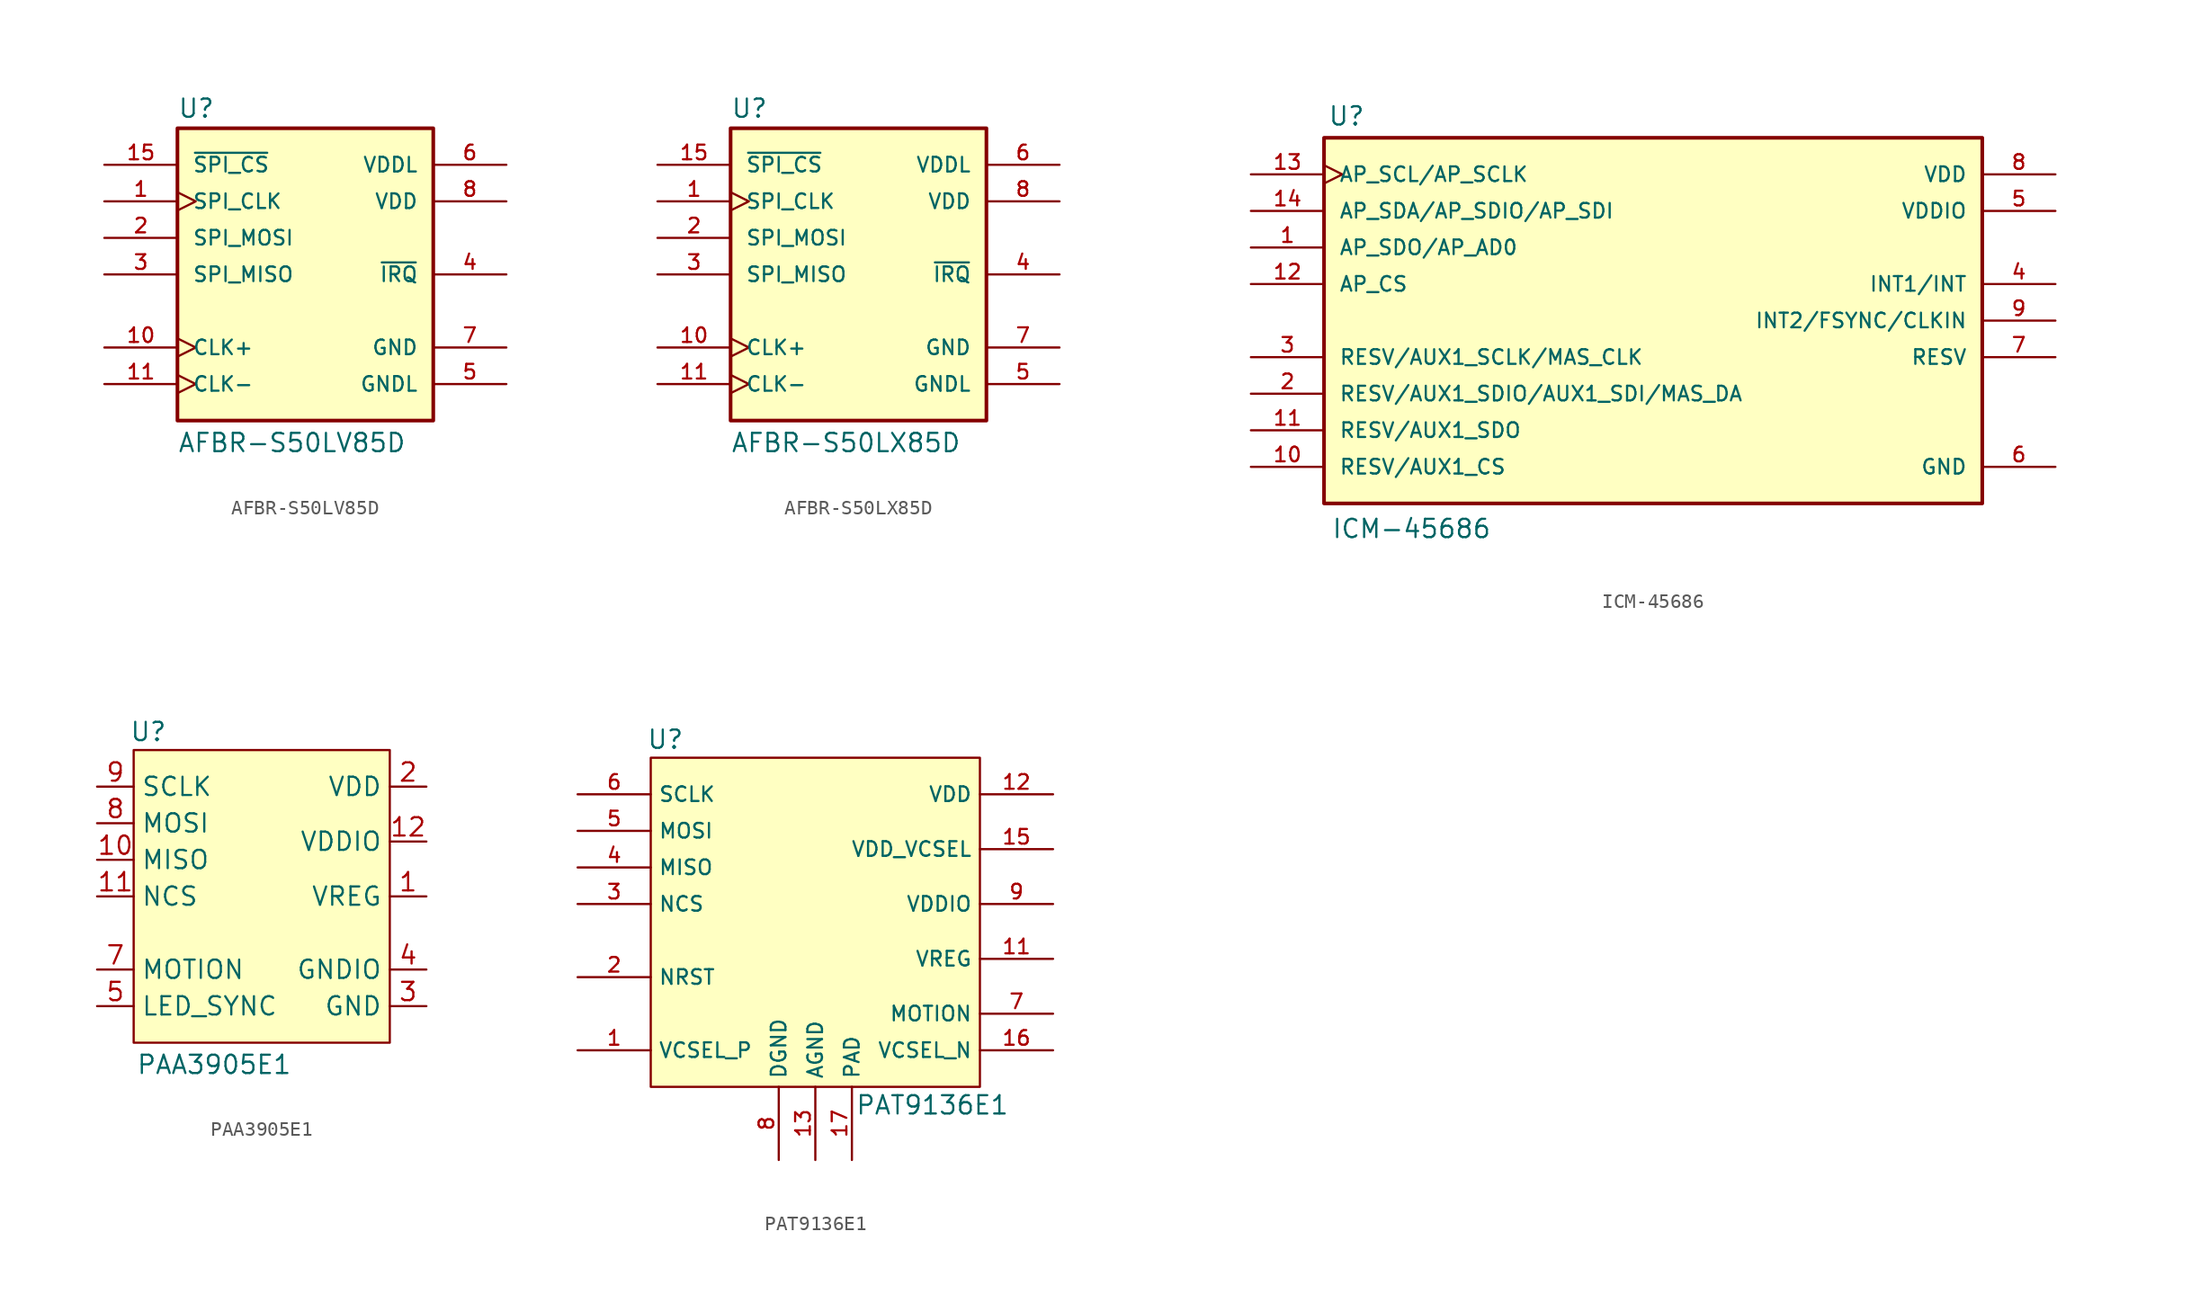
<source format=kicad_sym>
(kicad_symbol_lib
  (version 20231120)
  (generator "kicad_symbol_editor")
  (generator_version "8.0")
  (symbol "AFBR-S50LV85D"
    (pin_names
      (offset 1.016))
    (property "Reference" "U"
      (at -8.89 10.795 0)
      (effects (font (size 1.27 1.27)) (justify left bottom)))
    (property "Value" "AFBR-S50LV85D"
      (at -8.89 -12.446 0)
      (effects (font (size 1.27 1.27)) (justify left bottom)))
    (symbol "AFBR-S50LV85D_0_0"
      (rectangle (start -8.89 10.16) (end 8.89 -10.16) (stroke (width 0.254) (type default)) (fill (type background)))
      (pin input clock (at -13.97 5.08 0) (length 5.08) (name "SPI_CLK" (effects (font (size 1.016 1.016)))) (number "1" (effects (font (size 1.016 1.016)))))
      (pin bidirectional clock (at -13.97 -5.08 0) (length 5.08) (name "CLK+" (effects (font (size 1.016 1.016)))) (number "10" (effects (font (size 1.016 1.016)))))
      (pin bidirectional clock (at -13.97 -7.62 0) (length 5.08) (name "CLK-" (effects (font (size 1.016 1.016)))) (number "11" (effects (font (size 1.016 1.016)))))
      (pin no_connect line (at 13.97 2.54 180) (length 5.08) hide (name "TEST" (effects (font (size 1.016 1.016)))) (number "12" (effects (font (size 1.016 1.016)))))
      (pin power_in line (at 13.97 5.08 180) (length 5.08) hide (name "VDD" (effects (font (size 1.016 1.016)))) (number "13" (effects (font (size 1.016 1.016)))))
      (pin power_in line (at 13.97 -5.08 180) (length 5.08) hide (name "GND" (effects (font (size 1.016 1.016)))) (number "14" (effects (font (size 1.016 1.016)))))
      (pin input line (at -13.97 7.62 0) (length 5.08) (name "~{SPI_CS}" (effects (font (size 1.016 1.016)))) (number "15" (effects (font (size 1.016 1.016)))))
      (pin input line (at -13.97 2.54 0) (length 5.08) (name "SPI_MOSI" (effects (font (size 1.016 1.016)))) (number "2" (effects (font (size 1.016 1.016)))))
      (pin output line (at -13.97 0 0) (length 5.08) (name "SPI_MISO" (effects (font (size 1.016 1.016)))) (number "3" (effects (font (size 1.016 1.016)))))
      (pin output line (at 13.97 0 180) (length 5.08) (name "~{IRQ}" (effects (font (size 1.016 1.016)))) (number "4" (effects (font (size 1.016 1.016)))))
      (pin power_in line (at 13.97 -7.62 180) (length 5.08) (name "GNDL" (effects (font (size 1.016 1.016)))) (number "5" (effects (font (size 1.016 1.016)))))
      (pin power_in line (at 13.97 7.62 180) (length 5.08) (name "VDDL" (effects (font (size 1.016 1.016)))) (number "6" (effects (font (size 1.016 1.016)))))
      (pin power_in line (at 13.97 -5.08 180) (length 5.08) (name "GND" (effects (font (size 1.016 1.016)))) (number "7" (effects (font (size 1.016 1.016)))))
      (pin power_in line (at 13.97 5.08 180) (length 5.08) (name "VDD" (effects (font (size 1.016 1.016)))) (number "8" (effects (font (size 1.016 1.016)))))
      (pin power_in line (at 13.97 -5.08 180) (length 5.08) hide (name "GND" (effects (font (size 1.016 1.016)))) (number "9" (effects (font (size 1.016 1.016)))))))
  (symbol "AFBR-S50LX85D"
    (pin_names
      (offset 1.016))
    (property "Reference" "U"
      (at -8.89 10.795 0)
      (effects (font (size 1.27 1.27)) (justify left bottom)))
    (property "Value" "AFBR-S50LX85D"
      (at -8.89 -12.446 0)
      (effects (font (size 1.27 1.27)) (justify left bottom)))
    (symbol "AFBR-S50LX85D_0_0"
      (rectangle (start -8.89 10.16) (end 8.89 -10.16) (stroke (width 0.254) (type default)) (fill (type background)))
      (pin input clock (at -13.97 5.08 0) (length 5.08) (name "SPI_CLK" (effects (font (size 1.016 1.016)))) (number "1" (effects (font (size 1.016 1.016)))))
      (pin bidirectional clock (at -13.97 -5.08 0) (length 5.08) (name "CLK+" (effects (font (size 1.016 1.016)))) (number "10" (effects (font (size 1.016 1.016)))))
      (pin bidirectional clock (at -13.97 -7.62 0) (length 5.08) (name "CLK-" (effects (font (size 1.016 1.016)))) (number "11" (effects (font (size 1.016 1.016)))))
      (pin no_connect line (at 13.97 2.54 180) (length 5.08) hide (name "TEST" (effects (font (size 1.016 1.016)))) (number "12" (effects (font (size 1.016 1.016)))))
      (pin power_in line (at 13.97 5.08 180) (length 5.08) hide (name "VDD" (effects (font (size 1.016 1.016)))) (number "13" (effects (font (size 1.016 1.016)))))
      (pin power_in line (at 13.97 -5.08 180) (length 5.08) hide (name "GND" (effects (font (size 1.016 1.016)))) (number "14" (effects (font (size 1.016 1.016)))))
      (pin input line (at -13.97 7.62 0) (length 5.08) (name "~{SPI_CS}" (effects (font (size 1.016 1.016)))) (number "15" (effects (font (size 1.016 1.016)))))
      (pin input line (at -13.97 2.54 0) (length 5.08) (name "SPI_MOSI" (effects (font (size 1.016 1.016)))) (number "2" (effects (font (size 1.016 1.016)))))
      (pin output line (at -13.97 0 0) (length 5.08) (name "SPI_MISO" (effects (font (size 1.016 1.016)))) (number "3" (effects (font (size 1.016 1.016)))))
      (pin output line (at 13.97 0 180) (length 5.08) (name "~{IRQ}" (effects (font (size 1.016 1.016)))) (number "4" (effects (font (size 1.016 1.016)))))
      (pin power_in line (at 13.97 -7.62 180) (length 5.08) (name "GNDL" (effects (font (size 1.016 1.016)))) (number "5" (effects (font (size 1.016 1.016)))))
      (pin power_in line (at 13.97 7.62 180) (length 5.08) (name "VDDL" (effects (font (size 1.016 1.016)))) (number "6" (effects (font (size 1.016 1.016)))))
      (pin power_in line (at 13.97 -5.08 180) (length 5.08) (name "GND" (effects (font (size 1.016 1.016)))) (number "7" (effects (font (size 1.016 1.016)))))
      (pin power_in line (at 13.97 5.08 180) (length 5.08) (name "VDD" (effects (font (size 1.016 1.016)))) (number "8" (effects (font (size 1.016 1.016)))))
      (pin power_in line (at 13.97 -5.08 180) (length 5.08) hide (name "GND" (effects (font (size 1.016 1.016)))) (number "9" (effects (font (size 1.016 1.016)))))))
  (symbol "ICM-45686"
    (pin_names
      (offset 1.016))
    (property "Reference" "U"
      (at -40.386 17.272 0)
      (effects (font (size 1.27 1.27)) (justify left bottom)))
    (property "Value" "ICM-45686"
      (at -40.132 -9.906 0)
      (effects (font (size 1.27 1.27)) (justify left top)))
    (symbol "ICM-45686_0_0"
      (rectangle (start -40.64 16.51) (end 5.08 -8.89) (stroke (width 0.254) (type default)) (fill (type background)))
      (pin output line (at -45.72 8.89 0) (length 5.08) (name "AP_SDO/AP_AD0" (effects (font (size 1.016 1.016)))) (number "1" (effects (font (size 1.016 1.016)))))
      (pin input line (at -45.72 -6.35 0) (length 5.08) (name "RESV/AUX1_CS" (effects (font (size 1.016 1.016)))) (number "10" (effects (font (size 1.016 1.016)))))
      (pin output line (at -45.72 -3.81 0) (length 5.08) (name "RESV/AUX1_SDO" (effects (font (size 1.016 1.016)))) (number "11" (effects (font (size 1.016 1.016)))))
      (pin input line (at -45.72 6.35 0) (length 5.08) (name "AP_CS" (effects (font (size 1.016 1.016)))) (number "12" (effects (font (size 1.016 1.016)))))
      (pin input clock (at -45.72 13.97 0) (length 5.08) (name "AP_SCL/AP_SCLK" (effects (font (size 1.016 1.016)))) (number "13" (effects (font (size 1.016 1.016)))))
      (pin bidirectional line (at -45.72 11.43 0) (length 5.08) (name "AP_SDA/AP_SDIO/AP_SDI" (effects (font (size 1.016 1.016)))) (number "14" (effects (font (size 1.016 1.016)))))
      (pin bidirectional line (at -45.72 -1.27 0) (length 5.08) (name "RESV/AUX1_SDIO/AUX1_SDI/MAS_DA" (effects (font (size 1.016 1.016)))) (number "2" (effects (font (size 1.016 1.016)))))
      (pin input line (at -45.72 1.27 0) (length 5.08) (name "RESV/AUX1_SCLK/MAS_CLK" (effects (font (size 1.016 1.016)))) (number "3" (effects (font (size 1.016 1.016)))))
      (pin output line (at 10.16 6.35 180) (length 5.08) (name "INT1/INT" (effects (font (size 1.016 1.016)))) (number "4" (effects (font (size 1.016 1.016)))))
      (pin power_in line (at 10.16 11.43 180) (length 5.08) (name "VDDIO" (effects (font (size 1.016 1.016)))) (number "5" (effects (font (size 1.016 1.016)))))
      (pin power_in line (at 10.16 -6.35 180) (length 5.08) (name "GND" (effects (font (size 1.016 1.016)))) (number "6" (effects (font (size 1.016 1.016)))))
      (pin bidirectional line (at 10.16 1.27 180) (length 5.08) (name "RESV" (effects (font (size 1.016 1.016)))) (number "7" (effects (font (size 1.016 1.016)))))
      (pin power_in line (at 10.16 13.97 180) (length 5.08) (name "VDD" (effects (font (size 1.016 1.016)))) (number "8" (effects (font (size 1.016 1.016)))))
      (pin bidirectional line (at 10.16 3.81 180) (length 5.08) (name "INT2/FSYNC/CLKIN" (effects (font (size 1.016 1.016)))) (number "9" (effects (font (size 1.016 1.016)))))))
  (symbol "PAA3905E1"
    (property "Reference" "U"
      (at -7.874 11.43 0)
      (effects (font (size 1.27 1.27))))
    (property "Value" "PAA3905E1"
      (at -3.302 -11.684 0)
      (effects (font (size 1.27 1.27))))
    (symbol "PAA3905E1_1_1"
      (rectangle (start -8.89 10.16) (end 8.89 -10.16) (stroke (width 0) (type default)) (fill (type background)))
      (pin power_in line (at 11.43 0 180) (length 2.54) (name "VREG" (effects (font (size 1.27 1.27)))) (number "1" (effects (font (size 1.27 1.27)))))
      (pin bidirectional line (at -11.43 2.54 0) (length 2.54) (name "MISO" (effects (font (size 1.27 1.27)))) (number "10" (effects (font (size 1.27 1.27)))))
      (pin input line (at -11.43 0 0) (length 2.54) (name "NCS" (effects (font (size 1.27 1.27)))) (number "11" (effects (font (size 1.27 1.27)))))
      (pin power_in line (at 11.43 3.81 180) (length 2.54) (name "VDDIO" (effects (font (size 1.27 1.27)))) (number "12" (effects (font (size 1.27 1.27)))))
      (pin power_in line (at 11.43 7.62 180) (length 2.54) (name "VDD" (effects (font (size 1.27 1.27)))) (number "2" (effects (font (size 1.27 1.27)))))
      (pin power_in line (at 11.43 -7.62 180) (length 2.54) (name "GND" (effects (font (size 1.27 1.27)))) (number "3" (effects (font (size 1.27 1.27)))))
      (pin power_in line (at 11.43 -5.08 180) (length 2.54) (name "GNDIO" (effects (font (size 1.27 1.27)))) (number "4" (effects (font (size 1.27 1.27)))))
      (pin output line (at -11.43 -7.62 0) (length 2.54) (name "LED_SYNC" (effects (font (size 1.27 1.27)))) (number "5" (effects (font (size 1.27 1.27)))))
      (pin passive line (at -11.43 -2.54 0) (length 2.54) hide (name "NC" (effects (font (size 1.27 1.27)))) (number "6" (effects (font (size 1.27 1.27)))))
      (pin output line (at -11.43 -5.08 0) (length 2.54) (name "MOTION" (effects (font (size 1.27 1.27)))) (number "7" (effects (font (size 1.27 1.27)))))
      (pin bidirectional line (at -11.43 5.08 0) (length 2.54) (name "MOSI" (effects (font (size 1.27 1.27)))) (number "8" (effects (font (size 1.27 1.27)))))
      (pin input line (at -11.43 7.62 0) (length 2.54) (name "SCLK" (effects (font (size 1.27 1.27)))) (number "9" (effects (font (size 1.27 1.27)))))))
  (symbol "PAT9136E1"
    (property "Reference" "U"
      (at -10.414 12.7 0)
      (effects (font (size 1.27 1.27))))
    (property "Value" "PAT9136E1"
      (at 8.128 -12.7 0)
      (effects (font (size 1.27 1.27))))
    (symbol "PAT9136E1_1_0"
      (pin input line (at -16.51 -8.89 0) (length 5.08) (name "VCSEL_P" (effects (font (size 1.016 1.016)))) (number "1" (effects (font (size 1.016 1.016)))))
      (pin no_connect line (at -16.51 -1.27 0) (length 5.08) hide (name "NC" (effects (font (size 1.016 1.016)))) (number "10" (effects (font (size 1.016 1.016)))))
      (pin power_in line (at 16.51 -2.54 180) (length 5.08) (name "VREG" (effects (font (size 1.016 1.016)))) (number "11" (effects (font (size 1.016 1.016)))))
      (pin power_in line (at 16.51 8.89 180) (length 5.08) (name "VDD" (effects (font (size 1.016 1.016)))) (number "12" (effects (font (size 1.016 1.016)))))
      (pin power_in line (at 0 -16.51 90) (length 5.08) (name "AGND" (effects (font (size 1.016 1.016)))) (number "13" (effects (font (size 1.016 1.016)))))
      (pin no_connect line (at -16.51 -6.35 0) (length 5.08) hide (name "NC" (effects (font (size 1.016 1.016)))) (number "14" (effects (font (size 1.016 1.016)))))
      (pin power_in line (at 16.51 5.08 180) (length 5.08) (name "VDD_VCSEL" (effects (font (size 1.016 1.016)))) (number "15" (effects (font (size 1.016 1.016)))))
      (pin output line (at 16.51 -8.89 180) (length 5.08) (name "VCSEL_N" (effects (font (size 1.016 1.016)))) (number "16" (effects (font (size 1.016 1.016)))))
      (pin power_in line (at 2.54 -16.51 90) (length 5.08) (name "PAD" (effects (font (size 1.016 1.016)))) (number "17" (effects (font (size 1.016 1.016)))))
      (pin input line (at -16.51 -3.81 0) (length 5.08) (name "NRST" (effects (font (size 1.016 1.016)))) (number "2" (effects (font (size 1.016 1.016)))))
      (pin input line (at -16.51 1.27 0) (length 5.08) (name "NCS" (effects (font (size 1.016 1.016)))) (number "3" (effects (font (size 1.016 1.016)))))
      (pin output line (at -16.51 3.81 0) (length 5.08) (name "MISO" (effects (font (size 1.016 1.016)))) (number "4" (effects (font (size 1.016 1.016)))))
      (pin input line (at -16.51 6.35 0) (length 5.08) (name "MOSI" (effects (font (size 1.016 1.016)))) (number "5" (effects (font (size 1.016 1.016)))))
      (pin input line (at -16.51 8.89 0) (length 5.08) (name "SCLK" (effects (font (size 1.016 1.016)))) (number "6" (effects (font (size 1.016 1.016)))))
      (pin output line (at 16.51 -6.35 180) (length 5.08) (name "MOTION" (effects (font (size 1.016 1.016)))) (number "7" (effects (font (size 1.016 1.016)))))
      (pin power_in line (at -2.54 -16.51 90) (length 5.08) (name "DGND" (effects (font (size 1.016 1.016)))) (number "8" (effects (font (size 1.016 1.016)))))
      (pin power_in line (at 16.51 1.27 180) (length 5.08) (name "VDDIO" (effects (font (size 1.016 1.016)))) (number "9" (effects (font (size 1.016 1.016))))))
    (symbol "PAT9136E1_1_1"
      (rectangle (start -11.43 11.43) (end 11.43 -11.43) (stroke (width 0) (type default)) (fill (type background))))))
</source>
